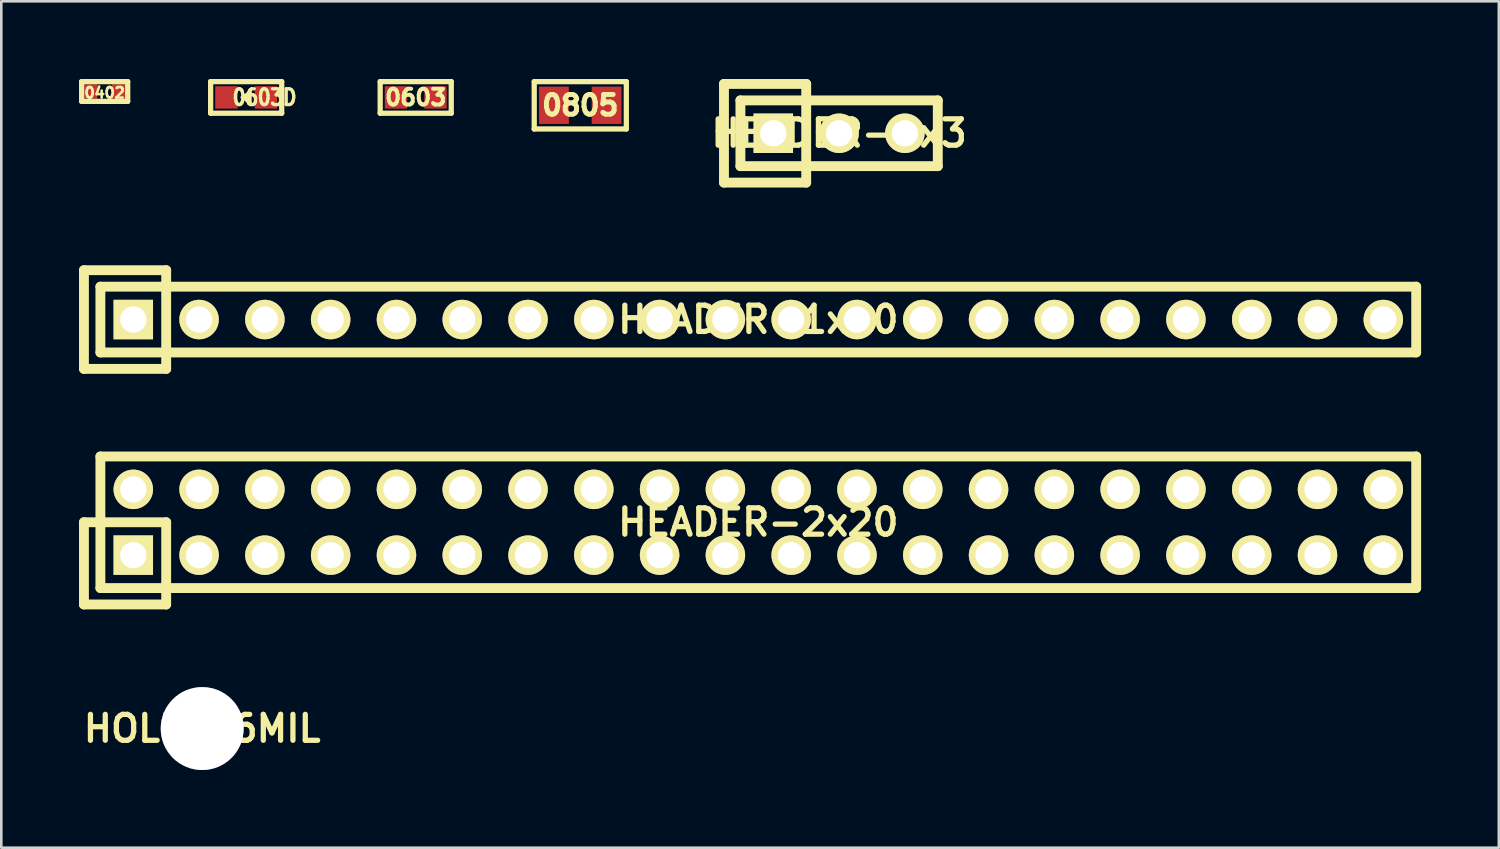
<source format=kicad_pcb>
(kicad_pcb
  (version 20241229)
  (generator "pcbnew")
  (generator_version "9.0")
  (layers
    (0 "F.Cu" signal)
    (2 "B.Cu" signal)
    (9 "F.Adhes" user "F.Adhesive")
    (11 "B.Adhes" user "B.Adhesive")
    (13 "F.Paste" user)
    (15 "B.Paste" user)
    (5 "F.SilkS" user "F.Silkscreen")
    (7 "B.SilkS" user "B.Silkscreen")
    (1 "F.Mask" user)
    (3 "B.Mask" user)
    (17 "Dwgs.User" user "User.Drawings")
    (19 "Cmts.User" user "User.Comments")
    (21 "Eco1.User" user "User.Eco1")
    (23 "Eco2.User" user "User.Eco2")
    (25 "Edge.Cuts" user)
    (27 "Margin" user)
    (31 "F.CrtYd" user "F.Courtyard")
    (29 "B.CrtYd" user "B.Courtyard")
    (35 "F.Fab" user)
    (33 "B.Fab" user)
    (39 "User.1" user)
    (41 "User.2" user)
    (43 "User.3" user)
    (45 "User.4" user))
  (footprint "HEADER-2x20"
    (layer "F.Cu")
    (at 26.226 17.113)
    (property "Reference" "HEADER-2x20" (at 0 0 0) (layer "F.SilkS") (effects (font (size 1.016 1.016) (thickness 0.203))))
    (attr through_hole)
    (fp_line (start -26.035 0) (end -26.035 3.175) (stroke (width 0.381) (type solid)) (layer "F.SilkS"))
    (fp_line (start -26.035 3.175) (end -22.86 3.175) (stroke (width 0.381) (type solid)) (layer "F.SilkS"))
    (fp_line (start -25.4 -2.54) (end 25.4 -2.54) (stroke (width 0.381) (type solid)) (layer "F.SilkS"))
    (fp_line (start -25.4 2.54) (end -25.4 -2.54) (stroke (width 0.381) (type solid)) (layer "F.SilkS"))
    (fp_line (start -22.86 0) (end -26.035 0) (stroke (width 0.381) (type solid)) (layer "F.SilkS"))
    (fp_line (start -22.86 3.175) (end -22.86 0) (stroke (width 0.381) (type solid)) (layer "F.SilkS"))
    (fp_line (start 25.4 -2.54) (end 25.4 2.54) (stroke (width 0.381) (type solid)) (layer "F.SilkS"))
    (fp_line (start 25.4 2.54) (end -25.4 2.54) (stroke (width 0.381) (type solid)) (layer "F.SilkS"))
    (pad "1" thru_hole rect (at -24.13 1.27) (size 1.524 1.524) (drill 1.016) (layers "*.Cu" "*.Mask" "F.SilkS"))
    (pad "2" thru_hole circle (at -24.13 -1.27) (size 1.524 1.524) (drill 1.016) (layers "*.Cu" "*.Mask" "F.SilkS"))
    (pad "3" thru_hole circle (at -21.59 1.27) (size 1.524 1.524) (drill 1.016) (layers "*.Cu" "*.Mask" "F.SilkS"))
    (pad "4" thru_hole circle (at -21.59 -1.27) (size 1.524 1.524) (drill 1.016) (layers "*.Cu" "*.Mask" "F.SilkS"))
    (pad "5" thru_hole circle (at -19.05 1.27) (size 1.524 1.524) (drill 1.016) (layers "*.Cu" "*.Mask" "F.SilkS"))
    (pad "6" thru_hole circle (at -19.05 -1.27) (size 1.524 1.524) (drill 1.016) (layers "*.Cu" "*.Mask" "F.SilkS"))
    (pad "7" thru_hole circle (at -16.51 1.27) (size 1.524 1.524) (drill 1.016) (layers "*.Cu" "*.Mask" "F.SilkS"))
    (pad "8" thru_hole circle (at -16.51 -1.27) (size 1.524 1.524) (drill 1.016) (layers "*.Cu" "*.Mask" "F.SilkS"))
    (pad "9" thru_hole circle (at -13.97 1.27) (size 1.524 1.524) (drill 1.016) (layers "*.Cu" "*.Mask" "F.SilkS"))
    (pad "10" thru_hole circle (at -13.97 -1.27) (size 1.524 1.524) (drill 1.016) (layers "*.Cu" "*.Mask" "F.SilkS"))
    (pad "11" thru_hole circle (at -11.43 1.27) (size 1.524 1.524) (drill 1.016) (layers "*.Cu" "*.Mask" "F.SilkS"))
    (pad "12" thru_hole circle (at -11.43 -1.27) (size 1.524 1.524) (drill 1.016) (layers "*.Cu" "*.Mask" "F.SilkS"))
    (pad "13" thru_hole circle (at -8.89 1.27) (size 1.524 1.524) (drill 1.016) (layers "*.Cu" "*.Mask" "F.SilkS"))
    (pad "14" thru_hole circle (at -8.89 -1.27) (size 1.524 1.524) (drill 1.016) (layers "*.Cu" "*.Mask" "F.SilkS"))
    (pad "15" thru_hole circle (at -6.35 1.27) (size 1.524 1.524) (drill 1.016) (layers "*.Cu" "*.Mask" "F.SilkS"))
    (pad "16" thru_hole circle (at -6.35 -1.27) (size 1.524 1.524) (drill 1.016) (layers "*.Cu" "*.Mask" "F.SilkS"))
    (pad "17" thru_hole circle (at -3.81 1.27) (size 1.524 1.524) (drill 1.016) (layers "*.Cu" "*.Mask" "F.SilkS"))
    (pad "18" thru_hole circle (at -3.81 -1.27) (size 1.524 1.524) (drill 1.016) (layers "*.Cu" "*.Mask" "F.SilkS"))
    (pad "19" thru_hole circle (at -1.27 1.27) (size 1.524 1.524) (drill 1.016) (layers "*.Cu" "*.Mask" "F.SilkS"))
    (pad "20" thru_hole circle (at -1.27 -1.27) (size 1.524 1.524) (drill 1.016) (layers "*.Cu" "*.Mask" "F.SilkS"))
    (pad "21" thru_hole circle (at 1.27 1.27) (size 1.524 1.524) (drill 1.016) (layers "*.Cu" "*.Mask" "F.SilkS"))
    (pad "22" thru_hole circle (at 1.27 -1.27) (size 1.524 1.524) (drill 1.016) (layers "*.Cu" "*.Mask" "F.SilkS"))
    (pad "23" thru_hole circle (at 3.81 1.27) (size 1.524 1.524) (drill 1.016) (layers "*.Cu" "*.Mask" "F.SilkS"))
    (pad "24" thru_hole circle (at 3.81 -1.27) (size 1.524 1.524) (drill 1.016) (layers "*.Cu" "*.Mask" "F.SilkS"))
    (pad "25" thru_hole circle (at 6.35 1.27) (size 1.524 1.524) (drill 1.016) (layers "*.Cu" "*.Mask" "F.SilkS"))
    (pad "26" thru_hole circle (at 6.35 -1.27) (size 1.524 1.524) (drill 1.016) (layers "*.Cu" "*.Mask" "F.SilkS"))
    (pad "27" thru_hole circle (at 8.89 1.27) (size 1.524 1.524) (drill 1.016) (layers "*.Cu" "*.Mask" "F.SilkS"))
    (pad "28" thru_hole circle (at 8.89 -1.27) (size 1.524 1.524) (drill 1.016) (layers "*.Cu" "*.Mask" "F.SilkS"))
    (pad "29" thru_hole circle (at 11.43 1.27) (size 1.524 1.524) (drill 1.016) (layers "*.Cu" "*.Mask" "F.SilkS"))
    (pad "30" thru_hole circle (at 11.43 -1.27) (size 1.524 1.524) (drill 1.016) (layers "*.Cu" "*.Mask" "F.SilkS"))
    (pad "31" thru_hole circle (at 13.97 1.27) (size 1.524 1.524) (drill 1.016) (layers "*.Cu" "*.Mask" "F.SilkS"))
    (pad "32" thru_hole circle (at 13.97 -1.27) (size 1.524 1.524) (drill 1.016) (layers "*.Cu" "*.Mask" "F.SilkS"))
    (pad "33" thru_hole circle (at 16.51 1.27) (size 1.524 1.524) (drill 1.016) (layers "*.Cu" "*.Mask" "F.SilkS"))
    (pad "34" thru_hole circle (at 16.51 -1.27) (size 1.524 1.524) (drill 1.016) (layers "*.Cu" "*.Mask" "F.SilkS"))
    (pad "35" thru_hole circle (at 19.05 1.27) (size 1.524 1.524) (drill 1.016) (layers "*.Cu" "*.Mask" "F.SilkS"))
    (pad "36" thru_hole circle (at 19.05 -1.27) (size 1.524 1.524) (drill 1.016) (layers "*.Cu" "*.Mask" "F.SilkS"))
    (pad "37" thru_hole circle (at 21.59 1.27) (size 1.524 1.524) (drill 1.016) (layers "*.Cu" "*.Mask" "F.SilkS"))
    (pad "38" thru_hole circle (at 21.59 -1.27) (size 1.524 1.524) (drill 1.016) (layers "*.Cu" "*.Mask" "F.SilkS"))
    (pad "39" thru_hole circle (at 24.13 1.27) (size 1.524 1.524) (drill 1.016) (layers "*.Cu" "*.Mask" "F.SilkS"))
    (pad "40" thru_hole circle (at 24.13 -1.27) (size 1.524 1.524) (drill 1.016) (layers "*.Cu" "*.Mask" "F.SilkS")))
  (footprint "HEADER-1x3"
    (layer "F.Cu")
    (at 29.346 2.095)
    (property "Reference" "HEADER-1x3" (at 0 0 0) (layer "F.SilkS") (effects (font (size 1.016 1.016) (thickness 0.203))))
    (attr through_hole)
    (fp_line (start -4.445 -1.905) (end -4.445 1.905) (stroke (width 0.381) (type solid)) (layer "F.SilkS"))
    (fp_line (start -4.445 1.905) (end -1.27 1.905) (stroke (width 0.381) (type solid)) (layer "F.SilkS"))
    (fp_line (start -3.81 -1.27) (end -3.81 1.27) (stroke (width 0.381) (type solid)) (layer "F.SilkS"))
    (fp_line (start -3.81 -1.27) (end 3.81 -1.27) (stroke (width 0.381) (type solid)) (layer "F.SilkS"))
    (fp_line (start -1.27 -1.905) (end -4.445 -1.905) (stroke (width 0.381) (type solid)) (layer "F.SilkS"))
    (fp_line (start -1.27 1.905) (end -1.27 -1.905) (stroke (width 0.381) (type solid)) (layer "F.SilkS"))
    (fp_line (start 3.81 -1.27) (end 3.81 1.27) (stroke (width 0.381) (type solid)) (layer "F.SilkS"))
    (fp_line (start 3.81 1.27) (end -3.81 1.27) (stroke (width 0.381) (type solid)) (layer "F.SilkS"))
    (pad "1" thru_hole rect (at -2.54 0) (size 1.524 1.524) (drill 1.016) (layers "*.Cu" "*.Mask" "F.SilkS"))
    (pad "2" thru_hole circle (at 0 0) (size 1.524 1.524) (drill 1.016) (layers "*.Cu" "*.Mask" "F.SilkS"))
    (pad "3" thru_hole circle (at 2.54 0) (size 1.524 1.524) (drill 1.016) (layers "*.Cu" "*.Mask" "F.SilkS")))
  (footprint "0805"
    (layer "F.Cu")
    (at 19.353 1.016)
    (property "Reference" "0805" (at 0 0 0) (layer "F.SilkS") (effects (font (size 0.762 0.762) (thickness 0.191))))
    (attr through_hole)
    (fp_line (start -1.778 -0.914) (end 1.778 -0.914) (stroke (width 0.203) (type solid)) (layer "F.SilkS"))
    (fp_line (start -1.778 0.914) (end -1.778 -0.914) (stroke (width 0.203) (type solid)) (layer "F.SilkS"))
    (fp_line (start 1.778 -0.914) (end 1.778 0.914) (stroke (width 0.203) (type solid)) (layer "F.SilkS"))
    (fp_line (start 1.778 0.914) (end -1.778 0.914) (stroke (width 0.203) (type solid)) (layer "F.SilkS"))
    (pad "1" smd rect (at -1.016 0) (size 1.151 1.44) (layers "F.Cu" "F.Mask" "F.Paste"))
    (pad "2" smd rect (at 1.016 0) (size 1.151 1.44) (layers "F.Cu" "F.Mask" "F.Paste")))
  (footprint "0603D"
    (layer "F.Cu")
    (at 6.454 0.711)
    (property "Reference" "0603D" (at 0.711 0 0) (layer "F.SilkS") (effects (font (size 0.61 0.508) (thickness 0.127))))
    (attr through_hole)
    (fp_line (start -1.372 -0.61) (end -1.372 0.61) (stroke (width 0.203) (type solid)) (layer "F.SilkS"))
    (fp_line (start -1.372 0.61) (end 1.372 0.61) (stroke (width 0.203) (type solid)) (layer "F.SilkS"))
    (fp_line (start -0.15 0) (end 0.15 -0.2) (stroke (width 0.127) (type solid)) (layer "F.SilkS"))
    (fp_line (start 0 0) (end 0.07 0) (stroke (width 0.203) (type solid)) (layer "F.SilkS"))
    (fp_line (start 0.15 -0.2) (end 0.15 0.2) (stroke (width 0.127) (type solid)) (layer "F.SilkS"))
    (fp_line (start 0.15 0.2) (end -0.15 0) (stroke (width 0.127) (type solid)) (layer "F.SilkS"))
    (fp_line (start 1.372 -0.61) (end -1.372 -0.61) (stroke (width 0.203) (type solid)) (layer "F.SilkS"))
    (fp_line (start 1.372 0.61) (end 1.372 -0.61) (stroke (width 0.203) (type solid)) (layer "F.SilkS"))
    (pad "1" smd rect (at -0.762 0) (size 0.864 0.864) (layers "F.Cu" "F.Mask" "F.Paste"))
    (pad "2" smd rect (at 0.762 0) (size 0.864 0.864) (layers "F.Cu" "F.Mask" "F.Paste")))
  (footprint "HEADER-1x20"
    (layer "F.Cu")
    (at 26.226 9.287)
    (property "Reference" "HEADER-1x20" (at 0 0 0) (layer "F.SilkS") (effects (font (size 1.016 1.016) (thickness 0.203))))
    (attr through_hole)
    (fp_line (start -26.035 -1.905) (end -26.035 1.905) (stroke (width 0.381) (type solid)) (layer "F.SilkS"))
    (fp_line (start -26.035 1.905) (end -22.86 1.905) (stroke (width 0.381) (type solid)) (layer "F.SilkS"))
    (fp_line (start -25.4 -1.27) (end -25.4 1.27) (stroke (width 0.381) (type solid)) (layer "F.SilkS"))
    (fp_line (start -25.4 1.27) (end 25.4 1.27) (stroke (width 0.381) (type solid)) (layer "F.SilkS"))
    (fp_line (start -22.86 -1.905) (end -26.035 -1.905) (stroke (width 0.381) (type solid)) (layer "F.SilkS"))
    (fp_line (start -22.86 1.905) (end -22.86 -1.905) (stroke (width 0.381) (type solid)) (layer "F.SilkS"))
    (fp_line (start 25.4 -1.27) (end -25.4 -1.27) (stroke (width 0.381) (type solid)) (layer "F.SilkS"))
    (fp_line (start 25.4 1.27) (end 25.4 -1.27) (stroke (width 0.381) (type solid)) (layer "F.SilkS"))
    (pad "1" thru_hole rect (at -24.13 0) (size 1.524 1.524) (drill 1.016) (layers "*.Cu" "*.Mask" "F.SilkS"))
    (pad "2" thru_hole circle (at -21.59 0) (size 1.524 1.524) (drill 1.016) (layers "*.Cu" "*.Mask" "F.SilkS"))
    (pad "3" thru_hole circle (at -19.05 0) (size 1.524 1.524) (drill 1.016) (layers "*.Cu" "*.Mask" "F.SilkS"))
    (pad "4" thru_hole circle (at -16.51 0) (size 1.524 1.524) (drill 1.016) (layers "*.Cu" "*.Mask" "F.SilkS"))
    (pad "5" thru_hole circle (at -13.97 0) (size 1.524 1.524) (drill 1.016) (layers "*.Cu" "*.Mask" "F.SilkS"))
    (pad "6" thru_hole circle (at -11.43 0) (size 1.524 1.524) (drill 1.016) (layers "*.Cu" "*.Mask" "F.SilkS"))
    (pad "7" thru_hole circle (at -8.89 0) (size 1.524 1.524) (drill 1.016) (layers "*.Cu" "*.Mask" "F.SilkS"))
    (pad "8" thru_hole circle (at -6.35 0) (size 1.524 1.524) (drill 1.016) (layers "*.Cu" "*.Mask" "F.SilkS"))
    (pad "9" thru_hole circle (at -3.81 0) (size 1.524 1.524) (drill 1.016) (layers "*.Cu" "*.Mask" "F.SilkS"))
    (pad "10" thru_hole circle (at -1.27 0) (size 1.524 1.524) (drill 1.016) (layers "*.Cu" "*.Mask" "F.SilkS"))
    (pad "11" thru_hole circle (at 1.27 0) (size 1.524 1.524) (drill 1.016) (layers "*.Cu" "*.Mask" "F.SilkS"))
    (pad "12" thru_hole circle (at 3.81 0) (size 1.524 1.524) (drill 1.016) (layers "*.Cu" "*.Mask" "F.SilkS"))
    (pad "13" thru_hole circle (at 6.35 0) (size 1.524 1.524) (drill 1.016) (layers "*.Cu" "*.Mask" "F.SilkS"))
    (pad "14" thru_hole circle (at 8.89 0) (size 1.524 1.524) (drill 1.016) (layers "*.Cu" "*.Mask" "F.SilkS"))
    (pad "15" thru_hole circle (at 11.43 0) (size 1.524 1.524) (drill 1.016) (layers "*.Cu" "*.Mask" "F.SilkS"))
    (pad "16" thru_hole circle (at 13.97 0) (size 1.524 1.524) (drill 1.016) (layers "*.Cu" "*.Mask" "F.SilkS"))
    (pad "17" thru_hole circle (at 16.51 0) (size 1.524 1.524) (drill 1.016) (layers "*.Cu" "*.Mask" "F.SilkS"))
    (pad "18" thru_hole circle (at 19.05 0) (size 1.524 1.524) (drill 1.016) (layers "*.Cu" "*.Mask" "F.SilkS"))
    (pad "19" thru_hole circle (at 21.59 0) (size 1.524 1.524) (drill 1.016) (layers "*.Cu" "*.Mask" "F.SilkS"))
    (pad "20" thru_hole circle (at 24.13 0) (size 1.524 1.524) (drill 1.016) (layers "*.Cu" "*.Mask" "F.SilkS")))
  (footprint "HOLE126MIL"
    (layer "F.Cu")
    (at 4.756 25.078)
    (property "Reference" "HOLE126MIL" (at 0 0 0) (layer "F.SilkS") (effects (font (size 1.001 1.001) (thickness 0.203))))
    (attr through_hole)
    (pad "" thru_hole circle (at 0 0) (size 3.2 3.2) (drill 3.2) (layers "*.Cu" "*.Mask")))
  (footprint "0402"
    (layer "F.Cu")
    (at 0.991 0.483)
    (property "Reference" "0402" (at 0 0.051 0) (layer "F.SilkS") (effects (font (size 0.406 0.406) (thickness 0.102))))
    (attr through_hole)
    (fp_line (start -0.889 -0.381) (end 0.889 -0.381) (stroke (width 0.203) (type solid)) (layer "F.SilkS"))
    (fp_line (start -0.889 0.381) (end -0.889 -0.381) (stroke (width 0.203) (type solid)) (layer "F.SilkS"))
    (fp_line (start 0.889 -0.381) (end 0.889 0.381) (stroke (width 0.203) (type solid)) (layer "F.SilkS"))
    (fp_line (start 0.889 0.381) (end -0.889 0.381) (stroke (width 0.203) (type solid)) (layer "F.SilkS"))
    (pad "1" smd rect (at -0.533 0) (size 0.508 0.559) (layers "F.Cu" "F.Mask" "F.Paste"))
    (pad "2" smd rect (at 0.533 0) (size 0.508 0.559) (layers "F.Cu" "F.Mask" "F.Paste")))
  (footprint "0603"
    (layer "F.Cu")
    (at 13 0.711)
    (property "Reference" "0603" (at 0 0 0) (layer "F.SilkS") (effects (font (size 0.61 0.61) (thickness 0.152))))
    (attr through_hole)
    (fp_line (start -1.372 -0.61) (end -1.372 0.61) (stroke (width 0.203) (type solid)) (layer "F.SilkS"))
    (fp_line (start -1.372 0.61) (end 1.372 0.61) (stroke (width 0.203) (type solid)) (layer "F.SilkS"))
    (fp_line (start 1.372 -0.61) (end -1.372 -0.61) (stroke (width 0.203) (type solid)) (layer "F.SilkS"))
    (fp_line (start 1.372 0.61) (end 1.372 -0.61) (stroke (width 0.203) (type solid)) (layer "F.SilkS"))
    (pad "1" smd rect (at -0.762 0) (size 0.864 0.864) (layers "F.Cu" "F.Mask" "F.Paste"))
    (pad "2" smd rect (at 0.762 0) (size 0.864 0.864) (layers "F.Cu" "F.Mask" "F.Paste")))
  (gr_rect
    (start -3 -3)
    (end 54.816 29.678)
    (stroke (width 0.1) (type default))
    (fill no)
    (layer "Edge.Cuts")))
</source>
